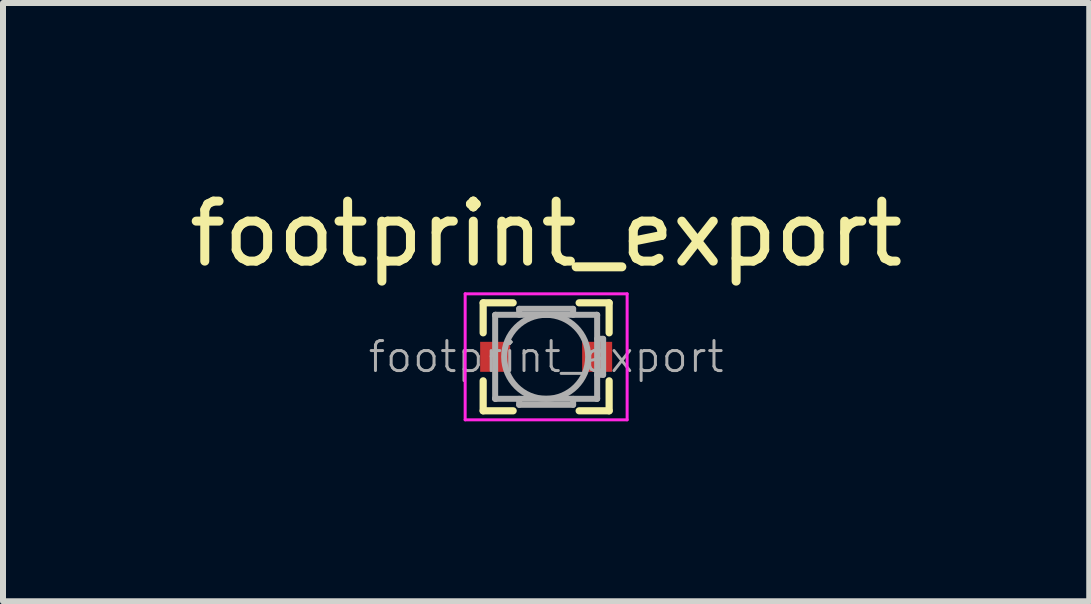
<source format=kicad_pcb>
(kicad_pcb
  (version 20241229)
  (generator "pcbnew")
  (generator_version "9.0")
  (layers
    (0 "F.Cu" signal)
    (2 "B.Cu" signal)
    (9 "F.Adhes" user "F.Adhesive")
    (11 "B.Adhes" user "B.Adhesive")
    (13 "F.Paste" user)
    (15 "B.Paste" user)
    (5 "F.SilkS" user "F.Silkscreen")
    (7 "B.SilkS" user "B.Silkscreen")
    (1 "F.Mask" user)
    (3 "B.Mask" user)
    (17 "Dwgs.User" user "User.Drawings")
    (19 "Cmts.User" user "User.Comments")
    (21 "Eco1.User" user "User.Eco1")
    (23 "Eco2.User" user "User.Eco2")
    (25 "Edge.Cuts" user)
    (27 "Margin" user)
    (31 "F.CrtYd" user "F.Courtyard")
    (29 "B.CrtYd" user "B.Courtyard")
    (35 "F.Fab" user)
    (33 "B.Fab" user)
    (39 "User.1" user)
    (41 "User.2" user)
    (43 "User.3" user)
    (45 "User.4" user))
  (footprint "footprint_export"
    (layer "F.Cu")
    (at 6.054 2.898)
    (property "Reference" "footprint_export" (at 0 -2.05 0) (layer "F.SilkS") (effects (font (size 1 1) (thickness 0.15))))
    (attr smd)
    (fp_line (start -1.05 -0.9) (end -1.05 -0.4) (stroke (width 0.12) (type solid)) (layer "F.SilkS"))
    (fp_line (start -1.05 -0.9) (end -0.55 -0.9) (stroke (width 0.12) (type solid)) (layer "F.SilkS"))
    (fp_line (start -1.05 0.9) (end -1.05 0.4) (stroke (width 0.12) (type solid)) (layer "F.SilkS"))
    (fp_line (start -1.05 0.9) (end -0.55 0.9) (stroke (width 0.12) (type solid)) (layer "F.SilkS"))
    (fp_line (start 1.05 -0.9) (end 0.55 -0.9) (stroke (width 0.12) (type solid)) (layer "F.SilkS"))
    (fp_line (start 1.05 -0.9) (end 1.05 -0.4) (stroke (width 0.12) (type solid)) (layer "F.SilkS"))
    (fp_line (start 1.05 0.9) (end 0.55 0.9) (stroke (width 0.12) (type solid)) (layer "F.SilkS"))
    (fp_line (start 1.05 0.9) (end 1.05 0.4) (stroke (width 0.12) (type solid)) (layer "F.SilkS"))
    (fp_line (start -1.35 -1.05) (end -1.35 1.05) (stroke (width 0.05) (type solid)) (layer "F.CrtYd"))
    (fp_line (start -1.35 1.05) (end 1.35 1.05) (stroke (width 0.05) (type solid)) (layer "F.CrtYd"))
    (fp_line (start 1.35 -1.05) (end -1.35 -1.05) (stroke (width 0.05) (type solid)) (layer "F.CrtYd"))
    (fp_line (start 1.35 1.05) (end 1.35 -1.05) (stroke (width 0.05) (type solid)) (layer "F.CrtYd"))
    (fp_line (start -0.85 -0.7) (end -0.84 -0.7) (stroke (width 0.1) (type solid)) (layer "F.Fab"))
    (fp_line (start -0.85 -0.69) (end -0.85 -0.7) (stroke (width 0.1) (type solid)) (layer "F.Fab"))
    (fp_line (start -0.85 0.69) (end -0.85 -0.69) (stroke (width 0.1) (type solid)) (layer "F.Fab"))
    (fp_line (start -0.85 0.7) (end -0.85 0.69) (stroke (width 0.1) (type solid)) (layer "F.Fab"))
    (fp_line (start -0.84 -0.7) (end 0.84 -0.7) (stroke (width 0.1) (type solid)) (layer "F.Fab"))
    (fp_line (start -0.84 0.7) (end -0.85 0.7) (stroke (width 0.1) (type solid)) (layer "F.Fab"))
    (fp_line (start -0.45 -0.8) (end 0.45 -0.8) (stroke (width 0.1) (type solid)) (layer "F.Fab"))
    (fp_line (start -0.45 -0.7) (end -0.45 -0.8) (stroke (width 0.1) (type solid)) (layer "F.Fab"))
    (fp_line (start -0.45 0.7) (end -0.45 0.8) (stroke (width 0.1) (type solid)) (layer "F.Fab"))
    (fp_line (start -0.45 0.8) (end 0.45 0.8) (stroke (width 0.1) (type solid)) (layer "F.Fab"))
    (fp_line (start 0.45 -0.8) (end 0.45 -0.7) (stroke (width 0.1) (type solid)) (layer "F.Fab"))
    (fp_line (start 0.45 0.8) (end 0.45 0.7) (stroke (width 0.1) (type solid)) (layer "F.Fab"))
    (fp_line (start 0.84 -0.7) (end 0.85 -0.7) (stroke (width 0.1) (type solid)) (layer "F.Fab"))
    (fp_line (start 0.84 0.7) (end -0.84 0.7) (stroke (width 0.1) (type solid)) (layer "F.Fab"))
    (fp_line (start 0.85 -0.7) (end 0.85 -0.69) (stroke (width 0.1) (type solid)) (layer "F.Fab"))
    (fp_line (start 0.85 -0.69) (end 0.85 0.69) (stroke (width 0.1) (type solid)) (layer "F.Fab"))
    (fp_line (start 0.85 -0.3) (end 0.95 -0.3) (stroke (width 0.1) (type solid)) (layer "F.Fab"))
    (fp_line (start 0.85 0.69) (end 0.85 0.7) (stroke (width 0.1) (type solid)) (layer "F.Fab"))
    (fp_line (start 0.85 0.7) (end 0.84 0.7) (stroke (width 0.1) (type solid)) (layer "F.Fab"))
    (fp_line (start 0.95 -0.3) (end 0.95 0.3) (stroke (width 0.1) (type solid)) (layer "F.Fab"))
    (fp_line (start 0.95 0.3) (end 0.85 0.3) (stroke (width 0.1) (type solid)) (layer "F.Fab"))
    (fp_circle (center 0 0) (end 0.7 0) (stroke (width 0.1) (type solid)) (fill no) (layer "F.Fab"))
    (fp_text user "${REFERENCE}" (at 0 0 0) (layer "F.Fab") (effects (font (size 0.5 0.5) (thickness 0.05))))
    (pad "1" smd rect (at -0.85 0) (size 0.5 0.5) (layers "F.Cu" "F.Mask" "F.Paste"))
    (pad "2" smd rect (at 0.85 0) (size 0.5 0.5) (layers "F.Cu" "F.Mask" "F.Paste")))
  (gr_rect
    (start -3 -3)
    (end 15.107 6.973)
    (stroke (width 0.1) (type default))
    (fill no)
    (layer "Edge.Cuts")))
</source>
